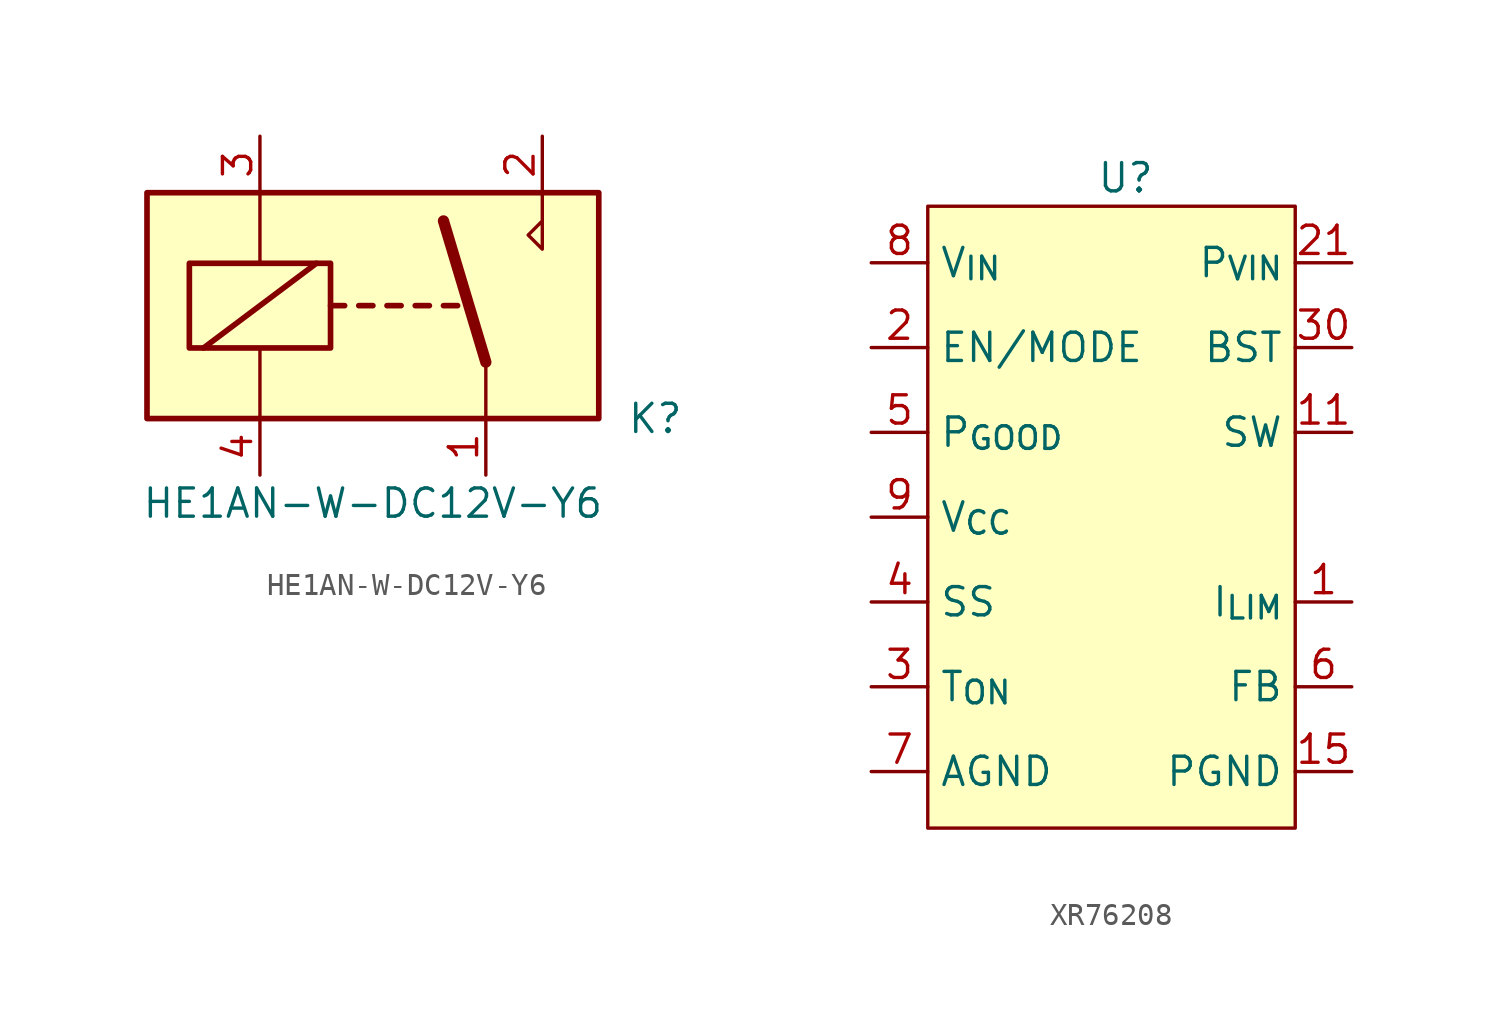
<source format=kicad_sym>
(kicad_symbol_lib
  (version 20220914)
  (generator kicad_symbol_editor)
  (symbol "HE1AN-W-DC12V-Y6"
    (property "Reference" "K"
      (at 12.7 3.81 0)
      (effects (font (size 1.27 1.27))))
    (property "Value" "HE1AN-W-DC12V-Y6"
      (at 0 0 0)
      (effects (font (size 1.27 1.27))))
    (symbol "HE1AN-W-DC12V-Y6_0_0"
      (polyline (pts (xy 7.62 13.97) (xy 7.62 11.43) (xy 6.985 12.065) (xy 7.62 12.7)) (stroke (width 0) (type default)) (fill (type none))))
    (symbol "HE1AN-W-DC12V-Y6_0_1"
      (rectangle (start -10.16 13.97) (end 10.16 3.81) (stroke (width 0.254) (type default)) (fill (type background)))
      (rectangle (start -8.255 10.795) (end -1.905 6.985) (stroke (width 0.254) (type default)) (fill (type none)))
      (polyline (pts (xy -7.62 6.985) (xy -2.54 10.795)) (stroke (width 0.254) (type default)) (fill (type none)))
      (polyline (pts (xy -5.08 3.81) (xy -5.08 6.985)) (stroke (width 0) (type default)) (fill (type none)))
      (polyline (pts (xy -5.08 13.97) (xy -5.08 10.795)) (stroke (width 0) (type default)) (fill (type none)))
      (polyline (pts (xy -1.905 8.89) (xy -1.27 8.89)) (stroke (width 0.254) (type default)) (fill (type none)))
      (polyline (pts (xy -0.635 8.89) (xy 0 8.89)) (stroke (width 0.254) (type default)) (fill (type none)))
      (polyline (pts (xy 0.635 8.89) (xy 1.27 8.89)) (stroke (width 0.254) (type default)) (fill (type none)))
      (polyline (pts (xy 1.905 8.89) (xy 2.54 8.89)) (stroke (width 0.254) (type default)) (fill (type none)))
      (polyline (pts (xy 3.175 8.89) (xy 3.81 8.89)) (stroke (width 0.254) (type default)) (fill (type none)))
      (polyline (pts (xy 5.08 6.35) (xy 3.175 12.7)) (stroke (width 0.508) (type default)) (fill (type none)))
      (polyline (pts (xy 5.08 6.35) (xy 5.08 3.81)) (stroke (width 0) (type default)) (fill (type none))))
    (symbol "HE1AN-W-DC12V-Y6_1_1"
      (pin passive line (at 5.08 1.27 90) (length 2.54) (name "~" (effects (font (size 1.27 1.27)))) (number "1" (effects (font (size 1.27 1.27)))))
      (pin passive line (at 7.62 16.51 270) (length 2.54) (name "~" (effects (font (size 1.27 1.27)))) (number "2" (effects (font (size 1.27 1.27)))))
      (pin passive line (at -5.08 16.51 270) (length 2.54) (name "~" (effects (font (size 1.27 1.27)))) (number "3" (effects (font (size 1.27 1.27)))))
      (pin passive line (at -5.08 1.27 90) (length 2.54) (name "~" (effects (font (size 1.27 1.27)))) (number "4" (effects (font (size 1.27 1.27)))))))
  (symbol "XR76208"
    (property "Reference" "U"
      (at 0 13.97 0)
      (effects (font (size 1.27 1.27))))
    (property "Value" ""
      (at -1.27 0 0)
      (effects (font (size 1.27 1.27))))
    (symbol "XR76208_1_1"
      (rectangle (start -8.89 12.7) (end 7.62 -15.24) (stroke (width 0) (type default)) (fill (type background)))
      (pin input line (at 10.16 -5.08 180) (length 2.54) (name "I_{LIM}" (effects (font (size 1.27 1.27)))) (number "1" (effects (font (size 1.27 1.27)))))
      (pin input line (at -11.43 -12.7 0) (length 2.54) hide (name "AGND" (effects (font (size 1.27 1.27)))) (number "10" (effects (font (size 1.27 1.27)))))
      (pin input line (at 10.16 2.54 180) (length 2.54) (name "SW" (effects (font (size 1.27 1.27)))) (number "11" (effects (font (size 1.27 1.27)))))
      (pin input line (at 10.16 2.54 180) (length 2.54) hide (name "SW" (effects (font (size 1.27 1.27)))) (number "12" (effects (font (size 1.27 1.27)))))
      (pin input line (at 10.16 2.54 180) (length 2.54) hide (name "SW" (effects (font (size 1.27 1.27)))) (number "13" (effects (font (size 1.27 1.27)))))
      (pin input line (at 10.16 2.54 180) (length 2.54) hide (name "SW" (effects (font (size 1.27 1.27)))) (number "14" (effects (font (size 1.27 1.27)))))
      (pin input line (at 10.16 -12.7 180) (length 2.54) (name "PGND" (effects (font (size 1.27 1.27)))) (number "15" (effects (font (size 1.27 1.27)))))
      (pin input line (at 10.16 -12.7 180) (length 2.54) hide (name "PGND" (effects (font (size 1.27 1.27)))) (number "16" (effects (font (size 1.27 1.27)))))
      (pin input line (at 10.16 -12.7 180) (length 2.54) hide (name "PGND" (effects (font (size 1.27 1.27)))) (number "17" (effects (font (size 1.27 1.27)))))
      (pin input line (at 10.16 -12.7 180) (length 2.54) hide (name "PGND" (effects (font (size 1.27 1.27)))) (number "18" (effects (font (size 1.27 1.27)))))
      (pin input line (at 10.16 -12.7 180) (length 2.54) hide (name "PGND" (effects (font (size 1.27 1.27)))) (number "19" (effects (font (size 1.27 1.27)))))
      (pin input line (at -11.43 6.35 0) (length 2.54) (name "EN/MODE" (effects (font (size 1.27 1.27)))) (number "2" (effects (font (size 1.27 1.27)))))
      (pin no_connect line (at 10.16 -1.27 180) (length 2.54) hide (name "SW" (effects (font (size 1.27 1.27)))) (number "20" (effects (font (size 1.27 1.27)))))
      (pin input line (at 10.16 10.16 180) (length 2.54) (name "P_{VIN}" (effects (font (size 1.27 1.27)))) (number "21" (effects (font (size 1.27 1.27)))))
      (pin input line (at 10.16 10.16 180) (length 2.54) hide (name "P_{VIN}" (effects (font (size 1.27 1.27)))) (number "22" (effects (font (size 1.27 1.27)))))
      (pin input line (at 10.16 10.16 180) (length 2.54) hide (name "P_{VIN}" (effects (font (size 1.27 1.27)))) (number "23" (effects (font (size 1.27 1.27)))))
      (pin input line (at 10.16 10.16 180) (length 2.54) hide (name "P_{VIN}" (effects (font (size 1.27 1.27)))) (number "24" (effects (font (size 1.27 1.27)))))
      (pin input line (at 10.16 10.16 180) (length 2.54) hide (name "P_{VIN}" (effects (font (size 1.27 1.27)))) (number "25" (effects (font (size 1.27 1.27)))))
      (pin input line (at 10.16 10.16 180) (length 2.54) hide (name "P_{VIN}" (effects (font (size 1.27 1.27)))) (number "26" (effects (font (size 1.27 1.27)))))
      (pin input line (at 10.16 10.16 180) (length 2.54) hide (name "P_{VIN}" (effects (font (size 1.27 1.27)))) (number "27" (effects (font (size 1.27 1.27)))))
      (pin input line (at 10.16 10.16 180) (length 2.54) hide (name "P_{VIN}" (effects (font (size 1.27 1.27)))) (number "28" (effects (font (size 1.27 1.27)))))
      (pin input line (at 10.16 2.54 180) (length 2.54) hide (name "SW" (effects (font (size 1.27 1.27)))) (number "29" (effects (font (size 1.27 1.27)))))
      (pin input line (at -11.43 -8.89 0) (length 2.54) (name "T_{ON}" (effects (font (size 1.27 1.27)))) (number "3" (effects (font (size 1.27 1.27)))))
      (pin input line (at 10.16 6.35 180) (length 2.54) (name "BST" (effects (font (size 1.27 1.27)))) (number "30" (effects (font (size 1.27 1.27)))))
      (pin input line (at -11.43 -5.08 0) (length 2.54) (name "SS" (effects (font (size 1.27 1.27)))) (number "4" (effects (font (size 1.27 1.27)))))
      (pin input line (at -11.43 2.54 0) (length 2.54) (name "P_{GOOD}" (effects (font (size 1.27 1.27)))) (number "5" (effects (font (size 1.27 1.27)))))
      (pin input line (at 10.16 -8.89 180) (length 2.54) (name "FB" (effects (font (size 1.27 1.27)))) (number "6" (effects (font (size 1.27 1.27)))))
      (pin input line (at -11.43 -12.7 0) (length 2.54) (name "AGND" (effects (font (size 1.27 1.27)))) (number "7" (effects (font (size 1.27 1.27)))))
      (pin input line (at -11.43 10.16 0) (length 2.54) (name "V_{IN}" (effects (font (size 1.27 1.27)))) (number "8" (effects (font (size 1.27 1.27)))))
      (pin input line (at -11.43 -1.27 0) (length 2.54) (name "V_{CC}" (effects (font (size 1.27 1.27)))) (number "9" (effects (font (size 1.27 1.27)))))
      (pin input line (at -11.43 -12.7 0) (length 2.54) hide (name "AGND" (effects (font (size 1.27 1.27)))) (number "AGND" (effects (font (size 1.27 1.27)))))
      (pin input line (at 10.16 -12.7 180) (length 2.54) hide (name "PGND" (effects (font (size 1.27 1.27)))) (number "PGND" (effects (font (size 1.27 1.27)))))
      (pin input line (at 10.16 10.16 180) (length 2.54) hide (name "P_{VIN}" (effects (font (size 1.27 1.27)))) (number "PVIN" (effects (font (size 1.27 1.27)))))
      (pin input line (at 10.16 2.54 180) (length 2.54) hide (name "SW" (effects (font (size 1.27 1.27)))) (number "SW" (effects (font (size 1.27 1.27))))))))
</source>
